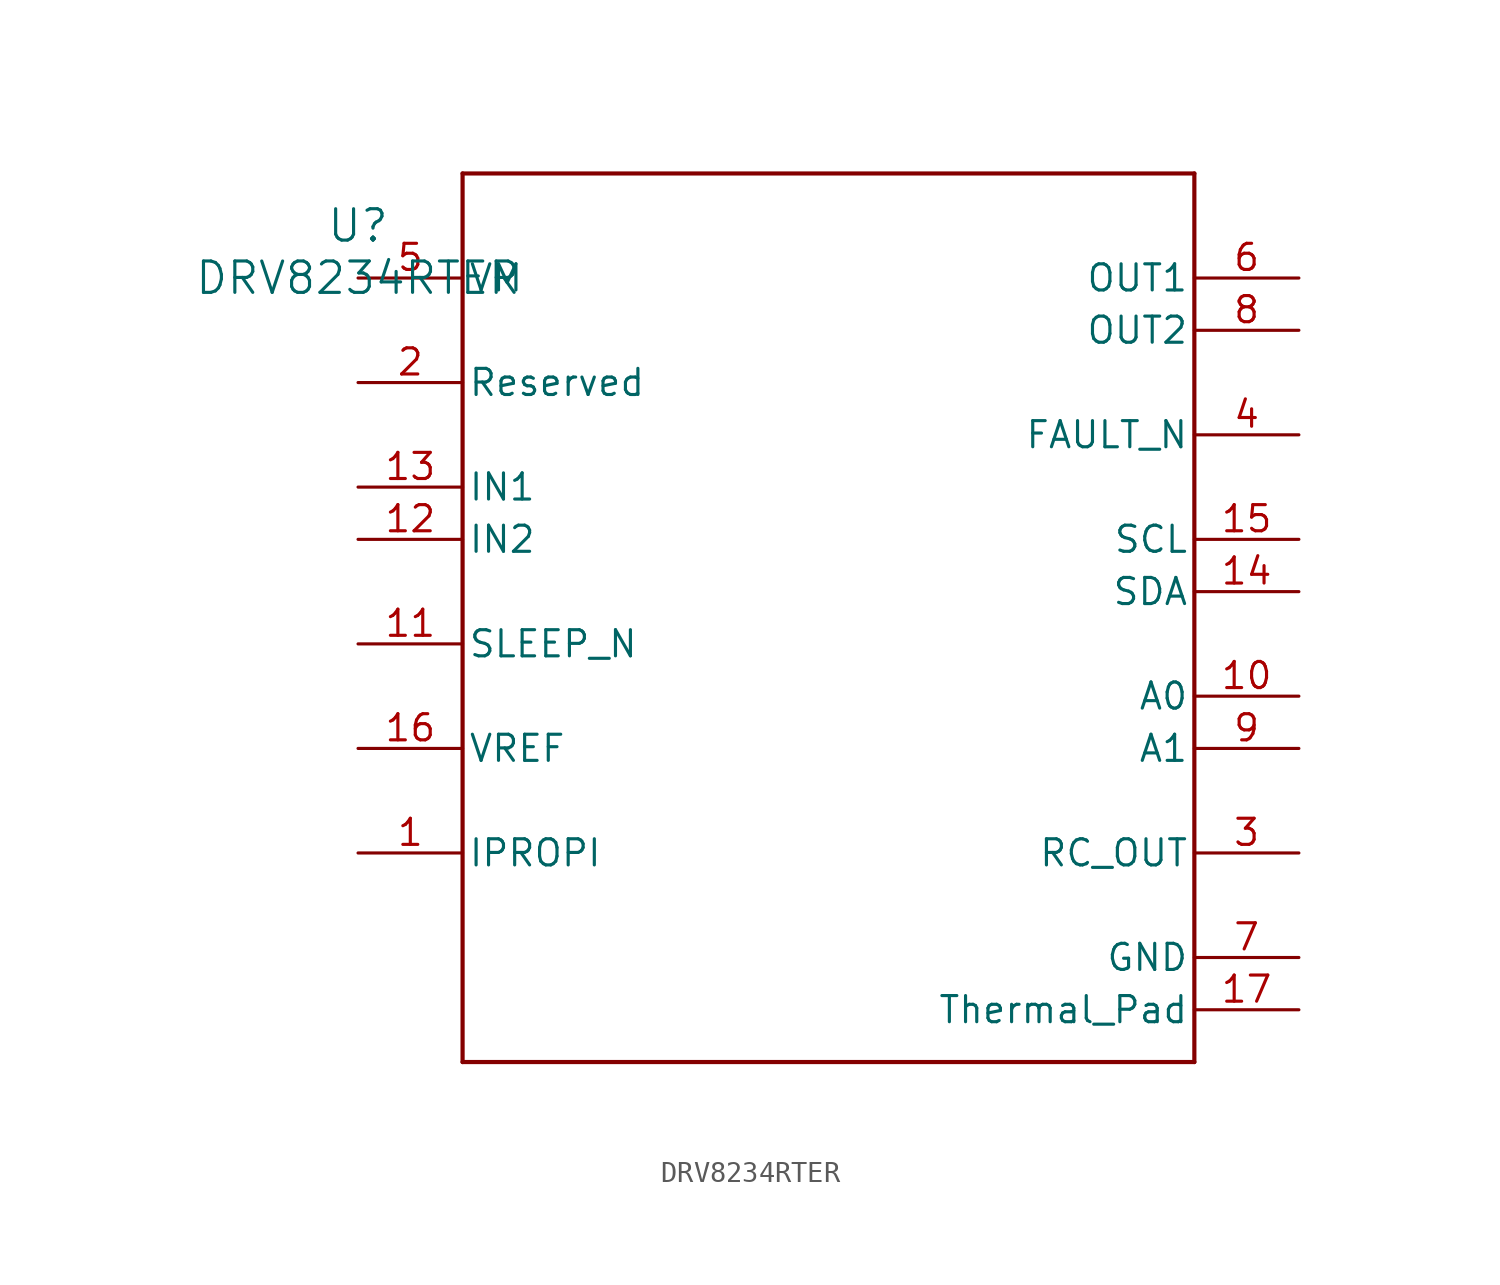
<source format=kicad_sym>
(kicad_symbol_lib
  (version 20211014)
  (generator kicad_symbol_editor)
  (symbol "DRV8234RTER"
    (pin_names
      (offset 0.254))
    (property "Reference" "U"
      (at 0 2.54 0)
      (effects (font (size 1.524 1.524))))
    (property "Value" "DRV8234RTER"
      (at 0 0 0)
      (effects (font (size 1.524 1.524))))
    (symbol "DRV8234RTER_0_1"
      (polyline (pts (xy 5.08 -38.1) (xy 40.64 -38.1)) (stroke (width 0.203) (type default) (color 0 0 0 0)) (fill (type none)))
      (polyline (pts (xy 40.64 -38.1) (xy 40.64 5.08)) (stroke (width 0.203) (type default) (color 0 0 0 0)) (fill (type none)))
      (polyline (pts (xy 40.64 5.08) (xy 5.08 5.08)) (stroke (width 0.203) (type default) (color 0 0 0 0)) (fill (type none)))
      (polyline (pts (xy 5.08 5.08) (xy 5.08 -38.1)) (stroke (width 0.203) (type default) (color 0 0 0 0)) (fill (type none)))
      (pin unspecified line (at 0 -27.94 0) (length 5.08) (name "IPROPI" (effects (font (size 1.27 1.27)))) (number "1" (effects (font (size 1.27 1.27)))))
      (pin unspecified line (at 0 -5.08 0) (length 5.08) (name "Reserved" (effects (font (size 1.27 1.27)))) (number "2" (effects (font (size 1.27 1.27)))))
      (pin open_collector line (at 45.72 -27.94 180) (length 5.08) (name "RC_OUT" (effects (font (size 1.27 1.27)))) (number "3" (effects (font (size 1.27 1.27)))))
      (pin open_collector line (at 45.72 -7.62 180) (length 5.08) (name "FAULT_N" (effects (font (size 1.27 1.27)))) (number "4" (effects (font (size 1.27 1.27)))))
      (pin power_in line (at 0 0 0) (length 5.08) (name "VM" (effects (font (size 1.27 1.27)))) (number "5" (effects (font (size 1.27 1.27)))))
      (pin unspecified line (at 45.72 0 180) (length 5.08) (name "OUT1" (effects (font (size 1.27 1.27)))) (number "6" (effects (font (size 1.27 1.27)))))
      (pin power_in line (at 45.72 -33.02 180) (length 5.08) (name "GND" (effects (font (size 1.27 1.27)))) (number "7" (effects (font (size 1.27 1.27)))))
      (pin unspecified line (at 45.72 -2.54 180) (length 5.08) (name "OUT2" (effects (font (size 1.27 1.27)))) (number "8" (effects (font (size 1.27 1.27)))))
      (pin input line (at 45.72 -22.86 180) (length 5.08) (name "A1" (effects (font (size 1.27 1.27)))) (number "9" (effects (font (size 1.27 1.27)))))
      (pin input line (at 45.72 -20.32 180) (length 5.08) (name "A0" (effects (font (size 1.27 1.27)))) (number "10" (effects (font (size 1.27 1.27)))))
      (pin input line (at 0 -17.78 0) (length 5.08) (name "SLEEP_N" (effects (font (size 1.27 1.27)))) (number "11" (effects (font (size 1.27 1.27)))))
      (pin input line (at 0 -12.7 0) (length 5.08) (name "IN2" (effects (font (size 1.27 1.27)))) (number "12" (effects (font (size 1.27 1.27)))))
      (pin input line (at 0 -10.16 0) (length 5.08) (name "IN1" (effects (font (size 1.27 1.27)))) (number "13" (effects (font (size 1.27 1.27)))))
      (pin bidirectional line (at 45.72 -15.24 180) (length 5.08) (name "SDA" (effects (font (size 1.27 1.27)))) (number "14" (effects (font (size 1.27 1.27)))))
      (pin input line (at 45.72 -12.7 180) (length 5.08) (name "SCL" (effects (font (size 1.27 1.27)))) (number "15" (effects (font (size 1.27 1.27)))))
      (pin unspecified line (at 0 -22.86 0) (length 5.08) (name "VREF" (effects (font (size 1.27 1.27)))) (number "16" (effects (font (size 1.27 1.27)))))
      (pin power_in line (at 45.72 -35.56 180) (length 5.08) (name "Thermal_Pad" (effects (font (size 1.27 1.27)))) (number "17" (effects (font (size 1.27 1.27))))))))
</source>
